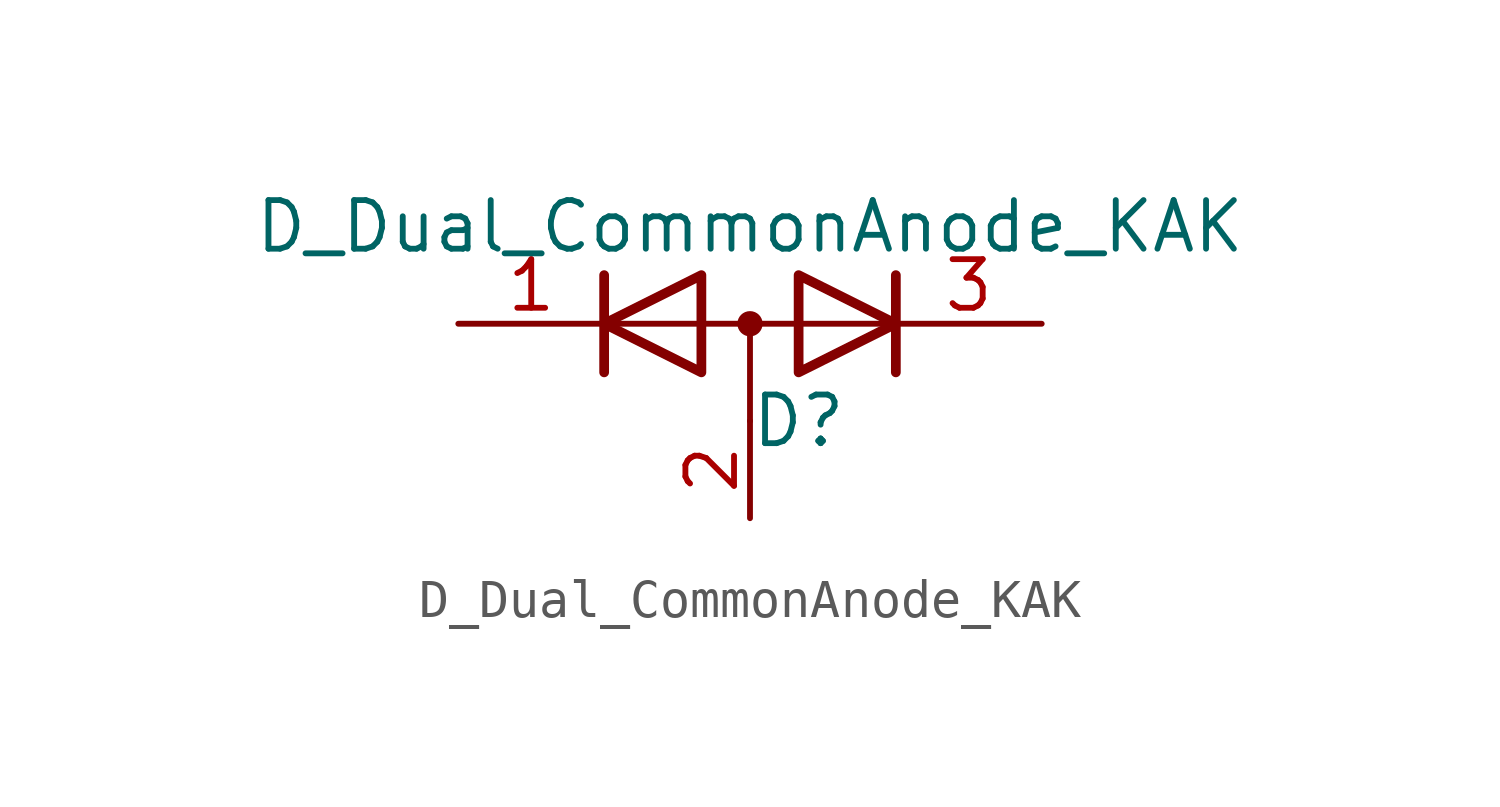
<source format=kicad_sym>
(kicad_symbol_lib
  (version 20201005)
  (generator kicad_symbol_editor)
  (symbol "D_Dual_CommonAnode_KAK"
    (pin_names
      (offset 0.762) hide)
    (property "Reference" "D"
      (at 1.27 -2.54 0)
      (effects (font (size 1.27 1.27))))
    (property "Value" "D_Dual_CommonAnode_KAK"
      (at 0 2.54 0)
      (effects (font (size 1.27 1.27))))
    (symbol "D_Dual_CommonAnode_KAK_0_1"
      (circle (center 0 0) (radius 0.254) (stroke (width 0)) (fill (type outline)))
      (polyline (pts (xy 0 0) (xy 0 -2.54)) (stroke (width 0)) (fill (type none)))
      (polyline (pts (xy 3.81 0) (xy -3.81 0)) (stroke (width 0)) (fill (type none)))
      (polyline (pts (xy -3.81 1.27) (xy -3.81 -1.27) (xy -3.81 -1.27)) (stroke (width 0.254)) (fill (type none)))
      (polyline (pts (xy 3.81 1.27) (xy 3.81 -1.27) (xy 3.81 -1.27)) (stroke (width 0.254)) (fill (type none)))
      (polyline (pts (xy -1.27 -1.27) (xy -3.81 0) (xy -1.27 1.27) (xy -1.27 -1.27) (xy -1.27 -1.27) (xy -1.27 -1.27)) (stroke (width 0.254)) (fill (type none)))
      (polyline (pts (xy 1.27 1.27) (xy 3.81 0) (xy 1.27 -1.27) (xy 1.27 1.27) (xy 1.27 1.27) (xy 1.27 1.27)) (stroke (width 0.254)) (fill (type none)))
      (pin passive line (at -7.62 0 0) (length 3.81) (name "K" (effects (font (size 1.27 1.27)))) (number "1" (effects (font (size 1.27 1.27)))))
      (pin passive line (at 0 -5.08 90) (length 2.54) (name "A" (effects (font (size 1.27 1.27)))) (number "2" (effects (font (size 1.27 1.27)))))
      (pin passive line (at 7.62 0 180) (length 3.81) (name "K" (effects (font (size 1.27 1.27)))) (number "3" (effects (font (size 1.27 1.27))))))))
</source>
